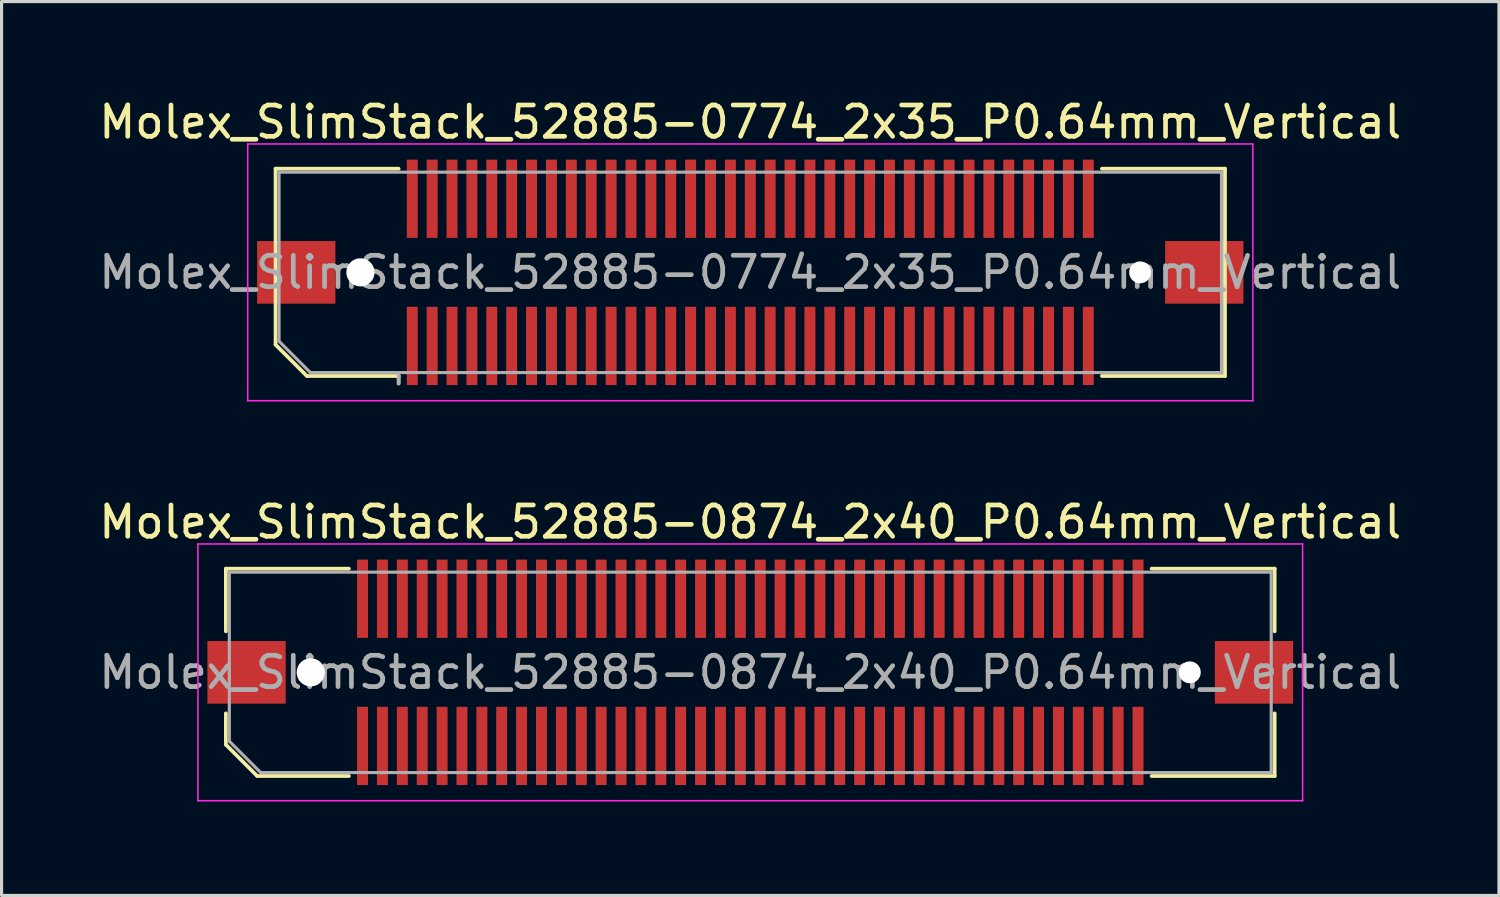
<source format=kicad_pcb>
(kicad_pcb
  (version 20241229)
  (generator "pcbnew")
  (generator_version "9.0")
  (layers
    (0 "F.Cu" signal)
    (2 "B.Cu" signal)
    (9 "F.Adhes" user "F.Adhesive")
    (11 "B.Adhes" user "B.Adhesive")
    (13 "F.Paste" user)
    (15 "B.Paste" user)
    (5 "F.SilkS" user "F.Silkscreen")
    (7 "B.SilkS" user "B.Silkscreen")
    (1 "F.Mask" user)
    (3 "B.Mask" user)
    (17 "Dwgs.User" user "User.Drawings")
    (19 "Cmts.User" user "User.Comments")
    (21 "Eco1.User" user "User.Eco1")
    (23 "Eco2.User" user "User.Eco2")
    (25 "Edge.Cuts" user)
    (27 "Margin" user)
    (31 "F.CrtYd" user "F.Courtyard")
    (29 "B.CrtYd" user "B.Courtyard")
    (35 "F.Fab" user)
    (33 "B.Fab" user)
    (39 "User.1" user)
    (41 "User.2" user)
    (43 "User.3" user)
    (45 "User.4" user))
  (footprint "Molex_SlimStack_52885-0874_2x40_P0.64mm_Vertical"
    (layer "F.Cu")
    (at 20.911 18.422)
    (property "Reference" "Molex_SlimStack_52885-0874_2x40_P0.64mm_Vertical" (at 0 -4.8 0) (layer "F.SilkS") (effects (font (size 1 1) (thickness 0.15))))
    (attr smd)
    (fp_line (start -16.747 -3.31) (end -12.818 -3.31) (stroke (width 0.12) (type solid)) (layer "F.SilkS"))
    (fp_line (start -16.747 -1.31) (end -16.747 -3.31) (stroke (width 0.12) (type solid)) (layer "F.SilkS"))
    (fp_line (start -16.747 2.31) (end -16.747 1.31) (stroke (width 0.12) (type solid)) (layer "F.SilkS"))
    (fp_line (start -15.748 3.31) (end -16.747 2.31) (stroke (width 0.12) (type solid)) (layer "F.SilkS"))
    (fp_line (start -12.818 3.31) (end -15.748 3.31) (stroke (width 0.12) (type solid)) (layer "F.SilkS"))
    (fp_line (start 12.818 3.31) (end 16.747 3.31) (stroke (width 0.12) (type solid)) (layer "F.SilkS"))
    (fp_line (start 16.747 -3.31) (end 12.818 -3.31) (stroke (width 0.12) (type solid)) (layer "F.SilkS"))
    (fp_line (start 16.747 -1.31) (end 16.747 -3.31) (stroke (width 0.12) (type solid)) (layer "F.SilkS"))
    (fp_line (start 16.747 3.31) (end 16.747 1.31) (stroke (width 0.12) (type solid)) (layer "F.SilkS"))
    (fp_line (start -17.64 -4.1) (end -17.64 4.1) (stroke (width 0.05) (type solid)) (layer "F.CrtYd"))
    (fp_line (start -17.64 4.1) (end 17.64 4.1) (stroke (width 0.05) (type solid)) (layer "F.CrtYd"))
    (fp_line (start 17.64 -4.1) (end -17.64 -4.1) (stroke (width 0.05) (type solid)) (layer "F.CrtYd"))
    (fp_line (start 17.64 4.1) (end 17.64 -4.1) (stroke (width 0.05) (type solid)) (layer "F.CrtYd"))
    (fp_line (start -16.637 -3.2) (end -16.637 2.2) (stroke (width 0.1) (type solid)) (layer "F.Fab"))
    (fp_line (start -16.637 2.2) (end -15.637 3.2) (stroke (width 0.1) (type solid)) (layer "F.Fab"))
    (fp_line (start -15.637 3.2) (end 16.637 3.2) (stroke (width 0.1) (type solid)) (layer "F.Fab"))
    (fp_line (start 16.637 -3.2) (end -16.637 -3.2) (stroke (width 0.1) (type solid)) (layer "F.Fab"))
    (fp_line (start 16.637 3.2) (end 16.637 -3.2) (stroke (width 0.1) (type solid)) (layer "F.Fab"))
    (fp_text user "${REFERENCE}" (at 0 0 0) (layer "F.Fab") (effects (font (size 1 1) (thickness 0.15))))
    (pad "" np_thru_hole circle (at -14.037 0) (size 0.9 0.9) (drill 0.9) (layers "*.Cu" "*.Mask"))
    (pad "" np_thru_hole circle (at 14.037 0) (size 0.7 0.7) (drill 0.7) (layers "*.Cu" "*.Mask"))
    (pad "1" smd rect (at -12.383 2.35) (size 0.35 2.5) (layers "F.Cu" "F.Mask" "F.Paste"))
    (pad "2" smd rect (at -12.383 -2.35) (size 0.35 2.5) (layers "F.Cu" "F.Mask" "F.Paste"))
    (pad "3" smd rect (at -11.748 2.35) (size 0.35 2.5) (layers "F.Cu" "F.Mask" "F.Paste"))
    (pad "4" smd rect (at -11.748 -2.35) (size 0.35 2.5) (layers "F.Cu" "F.Mask" "F.Paste"))
    (pad "5" smd rect (at -11.113 2.35) (size 0.35 2.5) (layers "F.Cu" "F.Mask" "F.Paste"))
    (pad "6" smd rect (at -11.113 -2.35) (size 0.35 2.5) (layers "F.Cu" "F.Mask" "F.Paste"))
    (pad "7" smd rect (at -10.477 2.35) (size 0.35 2.5) (layers "F.Cu" "F.Mask" "F.Paste"))
    (pad "8" smd rect (at -10.477 -2.35) (size 0.35 2.5) (layers "F.Cu" "F.Mask" "F.Paste"))
    (pad "9" smd rect (at -9.842 2.35) (size 0.35 2.5) (layers "F.Cu" "F.Mask" "F.Paste"))
    (pad "10" smd rect (at -9.842 -2.35) (size 0.35 2.5) (layers "F.Cu" "F.Mask" "F.Paste"))
    (pad "11" smd rect (at -9.207 2.35) (size 0.35 2.5) (layers "F.Cu" "F.Mask" "F.Paste"))
    (pad "12" smd rect (at -9.207 -2.35) (size 0.35 2.5) (layers "F.Cu" "F.Mask" "F.Paste"))
    (pad "13" smd rect (at -8.572 2.35) (size 0.35 2.5) (layers "F.Cu" "F.Mask" "F.Paste"))
    (pad "14" smd rect (at -8.572 -2.35) (size 0.35 2.5) (layers "F.Cu" "F.Mask" "F.Paste"))
    (pad "15" smd rect (at -7.938 2.35) (size 0.35 2.5) (layers "F.Cu" "F.Mask" "F.Paste"))
    (pad "16" smd rect (at -7.938 -2.35) (size 0.35 2.5) (layers "F.Cu" "F.Mask" "F.Paste"))
    (pad "17" smd rect (at -7.303 2.35) (size 0.35 2.5) (layers "F.Cu" "F.Mask" "F.Paste"))
    (pad "18" smd rect (at -7.303 -2.35) (size 0.35 2.5) (layers "F.Cu" "F.Mask" "F.Paste"))
    (pad "19" smd rect (at -6.668 2.35) (size 0.35 2.5) (layers "F.Cu" "F.Mask" "F.Paste"))
    (pad "20" smd rect (at -6.668 -2.35) (size 0.35 2.5) (layers "F.Cu" "F.Mask" "F.Paste"))
    (pad "21" smd rect (at -6.032 2.35) (size 0.35 2.5) (layers "F.Cu" "F.Mask" "F.Paste"))
    (pad "22" smd rect (at -6.032 -2.35) (size 0.35 2.5) (layers "F.Cu" "F.Mask" "F.Paste"))
    (pad "23" smd rect (at -5.397 2.35) (size 0.35 2.5) (layers "F.Cu" "F.Mask" "F.Paste"))
    (pad "24" smd rect (at -5.397 -2.35) (size 0.35 2.5) (layers "F.Cu" "F.Mask" "F.Paste"))
    (pad "25" smd rect (at -4.763 2.35) (size 0.35 2.5) (layers "F.Cu" "F.Mask" "F.Paste"))
    (pad "26" smd rect (at -4.763 -2.35) (size 0.35 2.5) (layers "F.Cu" "F.Mask" "F.Paste"))
    (pad "27" smd rect (at -4.128 2.35) (size 0.35 2.5) (layers "F.Cu" "F.Mask" "F.Paste"))
    (pad "28" smd rect (at -4.128 -2.35) (size 0.35 2.5) (layers "F.Cu" "F.Mask" "F.Paste"))
    (pad "29" smd rect (at -3.493 2.35) (size 0.35 2.5) (layers "F.Cu" "F.Mask" "F.Paste"))
    (pad "30" smd rect (at -3.493 -2.35) (size 0.35 2.5) (layers "F.Cu" "F.Mask" "F.Paste"))
    (pad "31" smd rect (at -2.857 2.35) (size 0.35 2.5) (layers "F.Cu" "F.Mask" "F.Paste"))
    (pad "32" smd rect (at -2.857 -2.35) (size 0.35 2.5) (layers "F.Cu" "F.Mask" "F.Paste"))
    (pad "33" smd rect (at -2.223 2.35) (size 0.35 2.5) (layers "F.Cu" "F.Mask" "F.Paste"))
    (pad "34" smd rect (at -2.223 -2.35) (size 0.35 2.5) (layers "F.Cu" "F.Mask" "F.Paste"))
    (pad "35" smd rect (at -1.587 2.35) (size 0.35 2.5) (layers "F.Cu" "F.Mask" "F.Paste"))
    (pad "36" smd rect (at -1.587 -2.35) (size 0.35 2.5) (layers "F.Cu" "F.Mask" "F.Paste"))
    (pad "37" smd rect (at -0.953 2.35) (size 0.35 2.5) (layers "F.Cu" "F.Mask" "F.Paste"))
    (pad "38" smd rect (at -0.953 -2.35) (size 0.35 2.5) (layers "F.Cu" "F.Mask" "F.Paste"))
    (pad "39" smd rect (at -0.318 2.35) (size 0.35 2.5) (layers "F.Cu" "F.Mask" "F.Paste"))
    (pad "40" smd rect (at -0.318 -2.35) (size 0.35 2.5) (layers "F.Cu" "F.Mask" "F.Paste"))
    (pad "41" smd rect (at 0.318 2.35) (size 0.35 2.5) (layers "F.Cu" "F.Mask" "F.Paste"))
    (pad "42" smd rect (at 0.318 -2.35) (size 0.35 2.5) (layers "F.Cu" "F.Mask" "F.Paste"))
    (pad "43" smd rect (at 0.953 2.35) (size 0.35 2.5) (layers "F.Cu" "F.Mask" "F.Paste"))
    (pad "44" smd rect (at 0.953 -2.35) (size 0.35 2.5) (layers "F.Cu" "F.Mask" "F.Paste"))
    (pad "45" smd rect (at 1.587 2.35) (size 0.35 2.5) (layers "F.Cu" "F.Mask" "F.Paste"))
    (pad "46" smd rect (at 1.587 -2.35) (size 0.35 2.5) (layers "F.Cu" "F.Mask" "F.Paste"))
    (pad "47" smd rect (at 2.223 2.35) (size 0.35 2.5) (layers "F.Cu" "F.Mask" "F.Paste"))
    (pad "48" smd rect (at 2.223 -2.35) (size 0.35 2.5) (layers "F.Cu" "F.Mask" "F.Paste"))
    (pad "49" smd rect (at 2.857 2.35) (size 0.35 2.5) (layers "F.Cu" "F.Mask" "F.Paste"))
    (pad "50" smd rect (at 2.857 -2.35) (size 0.35 2.5) (layers "F.Cu" "F.Mask" "F.Paste"))
    (pad "51" smd rect (at 3.493 2.35) (size 0.35 2.5) (layers "F.Cu" "F.Mask" "F.Paste"))
    (pad "52" smd rect (at 3.493 -2.35) (size 0.35 2.5) (layers "F.Cu" "F.Mask" "F.Paste"))
    (pad "53" smd rect (at 4.128 2.35) (size 0.35 2.5) (layers "F.Cu" "F.Mask" "F.Paste"))
    (pad "54" smd rect (at 4.128 -2.35) (size 0.35 2.5) (layers "F.Cu" "F.Mask" "F.Paste"))
    (pad "55" smd rect (at 4.763 2.35) (size 0.35 2.5) (layers "F.Cu" "F.Mask" "F.Paste"))
    (pad "56" smd rect (at 4.763 -2.35) (size 0.35 2.5) (layers "F.Cu" "F.Mask" "F.Paste"))
    (pad "57" smd rect (at 5.397 2.35) (size 0.35 2.5) (layers "F.Cu" "F.Mask" "F.Paste"))
    (pad "58" smd rect (at 5.397 -2.35) (size 0.35 2.5) (layers "F.Cu" "F.Mask" "F.Paste"))
    (pad "59" smd rect (at 6.032 2.35) (size 0.35 2.5) (layers "F.Cu" "F.Mask" "F.Paste"))
    (pad "60" smd rect (at 6.032 -2.35) (size 0.35 2.5) (layers "F.Cu" "F.Mask" "F.Paste"))
    (pad "61" smd rect (at 6.668 2.35) (size 0.35 2.5) (layers "F.Cu" "F.Mask" "F.Paste"))
    (pad "62" smd rect (at 6.668 -2.35) (size 0.35 2.5) (layers "F.Cu" "F.Mask" "F.Paste"))
    (pad "63" smd rect (at 7.303 2.35) (size 0.35 2.5) (layers "F.Cu" "F.Mask" "F.Paste"))
    (pad "64" smd rect (at 7.303 -2.35) (size 0.35 2.5) (layers "F.Cu" "F.Mask" "F.Paste"))
    (pad "65" smd rect (at 7.938 2.35) (size 0.35 2.5) (layers "F.Cu" "F.Mask" "F.Paste"))
    (pad "66" smd rect (at 7.938 -2.35) (size 0.35 2.5) (layers "F.Cu" "F.Mask" "F.Paste"))
    (pad "67" smd rect (at 8.572 2.35) (size 0.35 2.5) (layers "F.Cu" "F.Mask" "F.Paste"))
    (pad "68" smd rect (at 8.572 -2.35) (size 0.35 2.5) (layers "F.Cu" "F.Mask" "F.Paste"))
    (pad "69" smd rect (at 9.207 2.35) (size 0.35 2.5) (layers "F.Cu" "F.Mask" "F.Paste"))
    (pad "70" smd rect (at 9.207 -2.35) (size 0.35 2.5) (layers "F.Cu" "F.Mask" "F.Paste"))
    (pad "71" smd rect (at 9.842 2.35) (size 0.35 2.5) (layers "F.Cu" "F.Mask" "F.Paste"))
    (pad "72" smd rect (at 9.842 -2.35) (size 0.35 2.5) (layers "F.Cu" "F.Mask" "F.Paste"))
    (pad "73" smd rect (at 10.477 2.35) (size 0.35 2.5) (layers "F.Cu" "F.Mask" "F.Paste"))
    (pad "74" smd rect (at 10.477 -2.35) (size 0.35 2.5) (layers "F.Cu" "F.Mask" "F.Paste"))
    (pad "75" smd rect (at 11.113 2.35) (size 0.35 2.5) (layers "F.Cu" "F.Mask" "F.Paste"))
    (pad "76" smd rect (at 11.113 -2.35) (size 0.35 2.5) (layers "F.Cu" "F.Mask" "F.Paste"))
    (pad "77" smd rect (at 11.748 2.35) (size 0.35 2.5) (layers "F.Cu" "F.Mask" "F.Paste"))
    (pad "78" smd rect (at 11.748 -2.35) (size 0.35 2.5) (layers "F.Cu" "F.Mask" "F.Paste"))
    (pad "79" smd rect (at 12.383 2.35) (size 0.35 2.5) (layers "F.Cu" "F.Mask" "F.Paste"))
    (pad "80" smd rect (at 12.383 -2.35) (size 0.35 2.5) (layers "F.Cu" "F.Mask" "F.Paste"))
    (pad "MP" smd rect (at -16.087 0) (size 2.5 2) (layers "F.Cu" "F.Mask" "F.Paste"))
    (pad "MP" smd rect (at 16.087 0) (size 2.5 2) (layers "F.Cu" "F.Mask" "F.Paste")))
  (footprint "Molex_SlimStack_52885-0774_2x35_P0.64mm_Vertical"
    (layer "F.Cu")
    (at 20.911 5.648)
    (property "Reference" "Molex_SlimStack_52885-0774_2x35_P0.64mm_Vertical" (at 0 -4.8 0) (layer "F.SilkS") (effects (font (size 1 1) (thickness 0.15))))
    (attr smd)
    (fp_line (start -15.16 -3.31) (end -11.23 -3.31) (stroke (width 0.12) (type solid)) (layer "F.SilkS"))
    (fp_line (start -15.16 2.31) (end -15.16 -3.31) (stroke (width 0.12) (type solid)) (layer "F.SilkS"))
    (fp_line (start -14.16 3.31) (end -15.16 2.31) (stroke (width 0.12) (type solid)) (layer "F.SilkS"))
    (fp_line (start -11.23 3.31) (end -14.16 3.31) (stroke (width 0.12) (type solid)) (layer "F.SilkS"))
    (fp_line (start -11.23 3.55) (end -11.23 3.31) (stroke (width 0.12) (type solid)) (layer "F.SilkS"))
    (fp_line (start 11.23 3.31) (end 15.16 3.31) (stroke (width 0.12) (type solid)) (layer "F.SilkS"))
    (fp_line (start 15.16 -3.31) (end 11.23 -3.31) (stroke (width 0.12) (type solid)) (layer "F.SilkS"))
    (fp_line (start 15.16 3.31) (end 15.16 -3.31) (stroke (width 0.12) (type solid)) (layer "F.SilkS"))
    (fp_line (start -16.05 -4.1) (end -16.05 4.1) (stroke (width 0.05) (type solid)) (layer "F.CrtYd"))
    (fp_line (start -16.05 4.1) (end 16.05 4.1) (stroke (width 0.05) (type solid)) (layer "F.CrtYd"))
    (fp_line (start 16.05 -4.1) (end -16.05 -4.1) (stroke (width 0.05) (type solid)) (layer "F.CrtYd"))
    (fp_line (start 16.05 4.1) (end 16.05 -4.1) (stroke (width 0.05) (type solid)) (layer "F.CrtYd"))
    (fp_line (start -15.05 -3.2) (end -15.05 2.2) (stroke (width 0.1) (type solid)) (layer "F.Fab"))
    (fp_line (start -15.05 2.2) (end -14.05 3.2) (stroke (width 0.1) (type solid)) (layer "F.Fab"))
    (fp_line (start -14.05 3.2) (end 15.05 3.2) (stroke (width 0.1) (type solid)) (layer "F.Fab"))
    (fp_line (start -11.23 3.2) (end -11.23 3.55) (stroke (width 0.1) (type solid)) (layer "F.Fab"))
    (fp_line (start 15.05 -3.2) (end -15.05 -3.2) (stroke (width 0.1) (type solid)) (layer "F.Fab"))
    (fp_line (start 15.05 3.2) (end 15.05 -3.2) (stroke (width 0.1) (type solid)) (layer "F.Fab"))
    (fp_text user "${REFERENCE}" (at 0 0 0) (layer "F.Fab") (effects (font (size 1 1) (thickness 0.15))))
    (pad "" smd rect (at -14.5 0) (size 2.5 2) (layers "F.Cu" "F.Mask" "F.Paste"))
    (pad "" np_thru_hole circle (at -12.45 0) (size 0.9 0.9) (drill 0.9) (layers "*.Cu" "*.Mask"))
    (pad "" np_thru_hole circle (at 12.45 0) (size 0.7 0.7) (drill 0.7) (layers "*.Cu" "*.Mask"))
    (pad "" smd rect (at 14.5 0) (size 2.5 2) (layers "F.Cu" "F.Mask" "F.Paste"))
    (pad "1" smd rect (at -10.795 2.35) (size 0.35 2.5) (layers "F.Cu" "F.Mask" "F.Paste"))
    (pad "2" smd rect (at -10.795 -2.35) (size 0.35 2.5) (layers "F.Cu" "F.Mask" "F.Paste"))
    (pad "3" smd rect (at -10.16 2.35) (size 0.35 2.5) (layers "F.Cu" "F.Mask" "F.Paste"))
    (pad "4" smd rect (at -10.16 -2.35) (size 0.35 2.5) (layers "F.Cu" "F.Mask" "F.Paste"))
    (pad "5" smd rect (at -9.525 2.35) (size 0.35 2.5) (layers "F.Cu" "F.Mask" "F.Paste"))
    (pad "6" smd rect (at -9.525 -2.35) (size 0.35 2.5) (layers "F.Cu" "F.Mask" "F.Paste"))
    (pad "7" smd rect (at -8.89 2.35) (size 0.35 2.5) (layers "F.Cu" "F.Mask" "F.Paste"))
    (pad "8" smd rect (at -8.89 -2.35) (size 0.35 2.5) (layers "F.Cu" "F.Mask" "F.Paste"))
    (pad "9" smd rect (at -8.255 2.35) (size 0.35 2.5) (layers "F.Cu" "F.Mask" "F.Paste"))
    (pad "10" smd rect (at -8.255 -2.35) (size 0.35 2.5) (layers "F.Cu" "F.Mask" "F.Paste"))
    (pad "11" smd rect (at -7.62 2.35) (size 0.35 2.5) (layers "F.Cu" "F.Mask" "F.Paste"))
    (pad "12" smd rect (at -7.62 -2.35) (size 0.35 2.5) (layers "F.Cu" "F.Mask" "F.Paste"))
    (pad "13" smd rect (at -6.985 2.35) (size 0.35 2.5) (layers "F.Cu" "F.Mask" "F.Paste"))
    (pad "14" smd rect (at -6.985 -2.35) (size 0.35 2.5) (layers "F.Cu" "F.Mask" "F.Paste"))
    (pad "15" smd rect (at -6.35 2.35) (size 0.35 2.5) (layers "F.Cu" "F.Mask" "F.Paste"))
    (pad "16" smd rect (at -6.35 -2.35) (size 0.35 2.5) (layers "F.Cu" "F.Mask" "F.Paste"))
    (pad "17" smd rect (at -5.715 2.35) (size 0.35 2.5) (layers "F.Cu" "F.Mask" "F.Paste"))
    (pad "18" smd rect (at -5.715 -2.35) (size 0.35 2.5) (layers "F.Cu" "F.Mask" "F.Paste"))
    (pad "19" smd rect (at -5.08 2.35) (size 0.35 2.5) (layers "F.Cu" "F.Mask" "F.Paste"))
    (pad "20" smd rect (at -5.08 -2.35) (size 0.35 2.5) (layers "F.Cu" "F.Mask" "F.Paste"))
    (pad "21" smd rect (at -4.445 2.35) (size 0.35 2.5) (layers "F.Cu" "F.Mask" "F.Paste"))
    (pad "22" smd rect (at -4.445 -2.35) (size 0.35 2.5) (layers "F.Cu" "F.Mask" "F.Paste"))
    (pad "23" smd rect (at -3.81 2.35) (size 0.35 2.5) (layers "F.Cu" "F.Mask" "F.Paste"))
    (pad "24" smd rect (at -3.81 -2.35) (size 0.35 2.5) (layers "F.Cu" "F.Mask" "F.Paste"))
    (pad "25" smd rect (at -3.175 2.35) (size 0.35 2.5) (layers "F.Cu" "F.Mask" "F.Paste"))
    (pad "26" smd rect (at -3.175 -2.35) (size 0.35 2.5) (layers "F.Cu" "F.Mask" "F.Paste"))
    (pad "27" smd rect (at -2.54 2.35) (size 0.35 2.5) (layers "F.Cu" "F.Mask" "F.Paste"))
    (pad "28" smd rect (at -2.54 -2.35) (size 0.35 2.5) (layers "F.Cu" "F.Mask" "F.Paste"))
    (pad "29" smd rect (at -1.905 2.35) (size 0.35 2.5) (layers "F.Cu" "F.Mask" "F.Paste"))
    (pad "30" smd rect (at -1.905 -2.35) (size 0.35 2.5) (layers "F.Cu" "F.Mask" "F.Paste"))
    (pad "31" smd rect (at -1.27 2.35) (size 0.35 2.5) (layers "F.Cu" "F.Mask" "F.Paste"))
    (pad "32" smd rect (at -1.27 -2.35) (size 0.35 2.5) (layers "F.Cu" "F.Mask" "F.Paste"))
    (pad "33" smd rect (at -0.635 2.35) (size 0.35 2.5) (layers "F.Cu" "F.Mask" "F.Paste"))
    (pad "34" smd rect (at -0.635 -2.35) (size 0.35 2.5) (layers "F.Cu" "F.Mask" "F.Paste"))
    (pad "35" smd rect (at 0 2.35) (size 0.35 2.5) (layers "F.Cu" "F.Mask" "F.Paste"))
    (pad "36" smd rect (at 0 -2.35) (size 0.35 2.5) (layers "F.Cu" "F.Mask" "F.Paste"))
    (pad "37" smd rect (at 0.635 2.35) (size 0.35 2.5) (layers "F.Cu" "F.Mask" "F.Paste"))
    (pad "38" smd rect (at 0.635 -2.35) (size 0.35 2.5) (layers "F.Cu" "F.Mask" "F.Paste"))
    (pad "39" smd rect (at 1.27 2.35) (size 0.35 2.5) (layers "F.Cu" "F.Mask" "F.Paste"))
    (pad "40" smd rect (at 1.27 -2.35) (size 0.35 2.5) (layers "F.Cu" "F.Mask" "F.Paste"))
    (pad "41" smd rect (at 1.905 2.35) (size 0.35 2.5) (layers "F.Cu" "F.Mask" "F.Paste"))
    (pad "42" smd rect (at 1.905 -2.35) (size 0.35 2.5) (layers "F.Cu" "F.Mask" "F.Paste"))
    (pad "43" smd rect (at 2.54 2.35) (size 0.35 2.5) (layers "F.Cu" "F.Mask" "F.Paste"))
    (pad "44" smd rect (at 2.54 -2.35) (size 0.35 2.5) (layers "F.Cu" "F.Mask" "F.Paste"))
    (pad "45" smd rect (at 3.175 2.35) (size 0.35 2.5) (layers "F.Cu" "F.Mask" "F.Paste"))
    (pad "46" smd rect (at 3.175 -2.35) (size 0.35 2.5) (layers "F.Cu" "F.Mask" "F.Paste"))
    (pad "47" smd rect (at 3.81 2.35) (size 0.35 2.5) (layers "F.Cu" "F.Mask" "F.Paste"))
    (pad "48" smd rect (at 3.81 -2.35) (size 0.35 2.5) (layers "F.Cu" "F.Mask" "F.Paste"))
    (pad "49" smd rect (at 4.445 2.35) (size 0.35 2.5) (layers "F.Cu" "F.Mask" "F.Paste"))
    (pad "50" smd rect (at 4.445 -2.35) (size 0.35 2.5) (layers "F.Cu" "F.Mask" "F.Paste"))
    (pad "51" smd rect (at 5.08 2.35) (size 0.35 2.5) (layers "F.Cu" "F.Mask" "F.Paste"))
    (pad "52" smd rect (at 5.08 -2.35) (size 0.35 2.5) (layers "F.Cu" "F.Mask" "F.Paste"))
    (pad "53" smd rect (at 5.715 2.35) (size 0.35 2.5) (layers "F.Cu" "F.Mask" "F.Paste"))
    (pad "54" smd rect (at 5.715 -2.35) (size 0.35 2.5) (layers "F.Cu" "F.Mask" "F.Paste"))
    (pad "55" smd rect (at 6.35 2.35) (size 0.35 2.5) (layers "F.Cu" "F.Mask" "F.Paste"))
    (pad "56" smd rect (at 6.35 -2.35) (size 0.35 2.5) (layers "F.Cu" "F.Mask" "F.Paste"))
    (pad "57" smd rect (at 6.985 2.35) (size 0.35 2.5) (layers "F.Cu" "F.Mask" "F.Paste"))
    (pad "58" smd rect (at 6.985 -2.35) (size 0.35 2.5) (layers "F.Cu" "F.Mask" "F.Paste"))
    (pad "59" smd rect (at 7.62 2.35) (size 0.35 2.5) (layers "F.Cu" "F.Mask" "F.Paste"))
    (pad "60" smd rect (at 7.62 -2.35) (size 0.35 2.5) (layers "F.Cu" "F.Mask" "F.Paste"))
    (pad "61" smd rect (at 8.255 2.35) (size 0.35 2.5) (layers "F.Cu" "F.Mask" "F.Paste"))
    (pad "62" smd rect (at 8.255 -2.35) (size 0.35 2.5) (layers "F.Cu" "F.Mask" "F.Paste"))
    (pad "63" smd rect (at 8.89 2.35) (size 0.35 2.5) (layers "F.Cu" "F.Mask" "F.Paste"))
    (pad "64" smd rect (at 8.89 -2.35) (size 0.35 2.5) (layers "F.Cu" "F.Mask" "F.Paste"))
    (pad "65" smd rect (at 9.525 2.35) (size 0.35 2.5) (layers "F.Cu" "F.Mask" "F.Paste"))
    (pad "66" smd rect (at 9.525 -2.35) (size 0.35 2.5) (layers "F.Cu" "F.Mask" "F.Paste"))
    (pad "67" smd rect (at 10.16 2.35) (size 0.35 2.5) (layers "F.Cu" "F.Mask" "F.Paste"))
    (pad "68" smd rect (at 10.16 -2.35) (size 0.35 2.5) (layers "F.Cu" "F.Mask" "F.Paste"))
    (pad "69" smd rect (at 10.795 2.35) (size 0.35 2.5) (layers "F.Cu" "F.Mask" "F.Paste"))
    (pad "70" smd rect (at 10.795 -2.35) (size 0.35 2.5) (layers "F.Cu" "F.Mask" "F.Paste")))
  (gr_rect
    (start -3 -3)
    (end 44.821 25.547)
    (stroke (width 0.1) (type default))
    (fill no)
    (layer "Edge.Cuts")))
</source>
